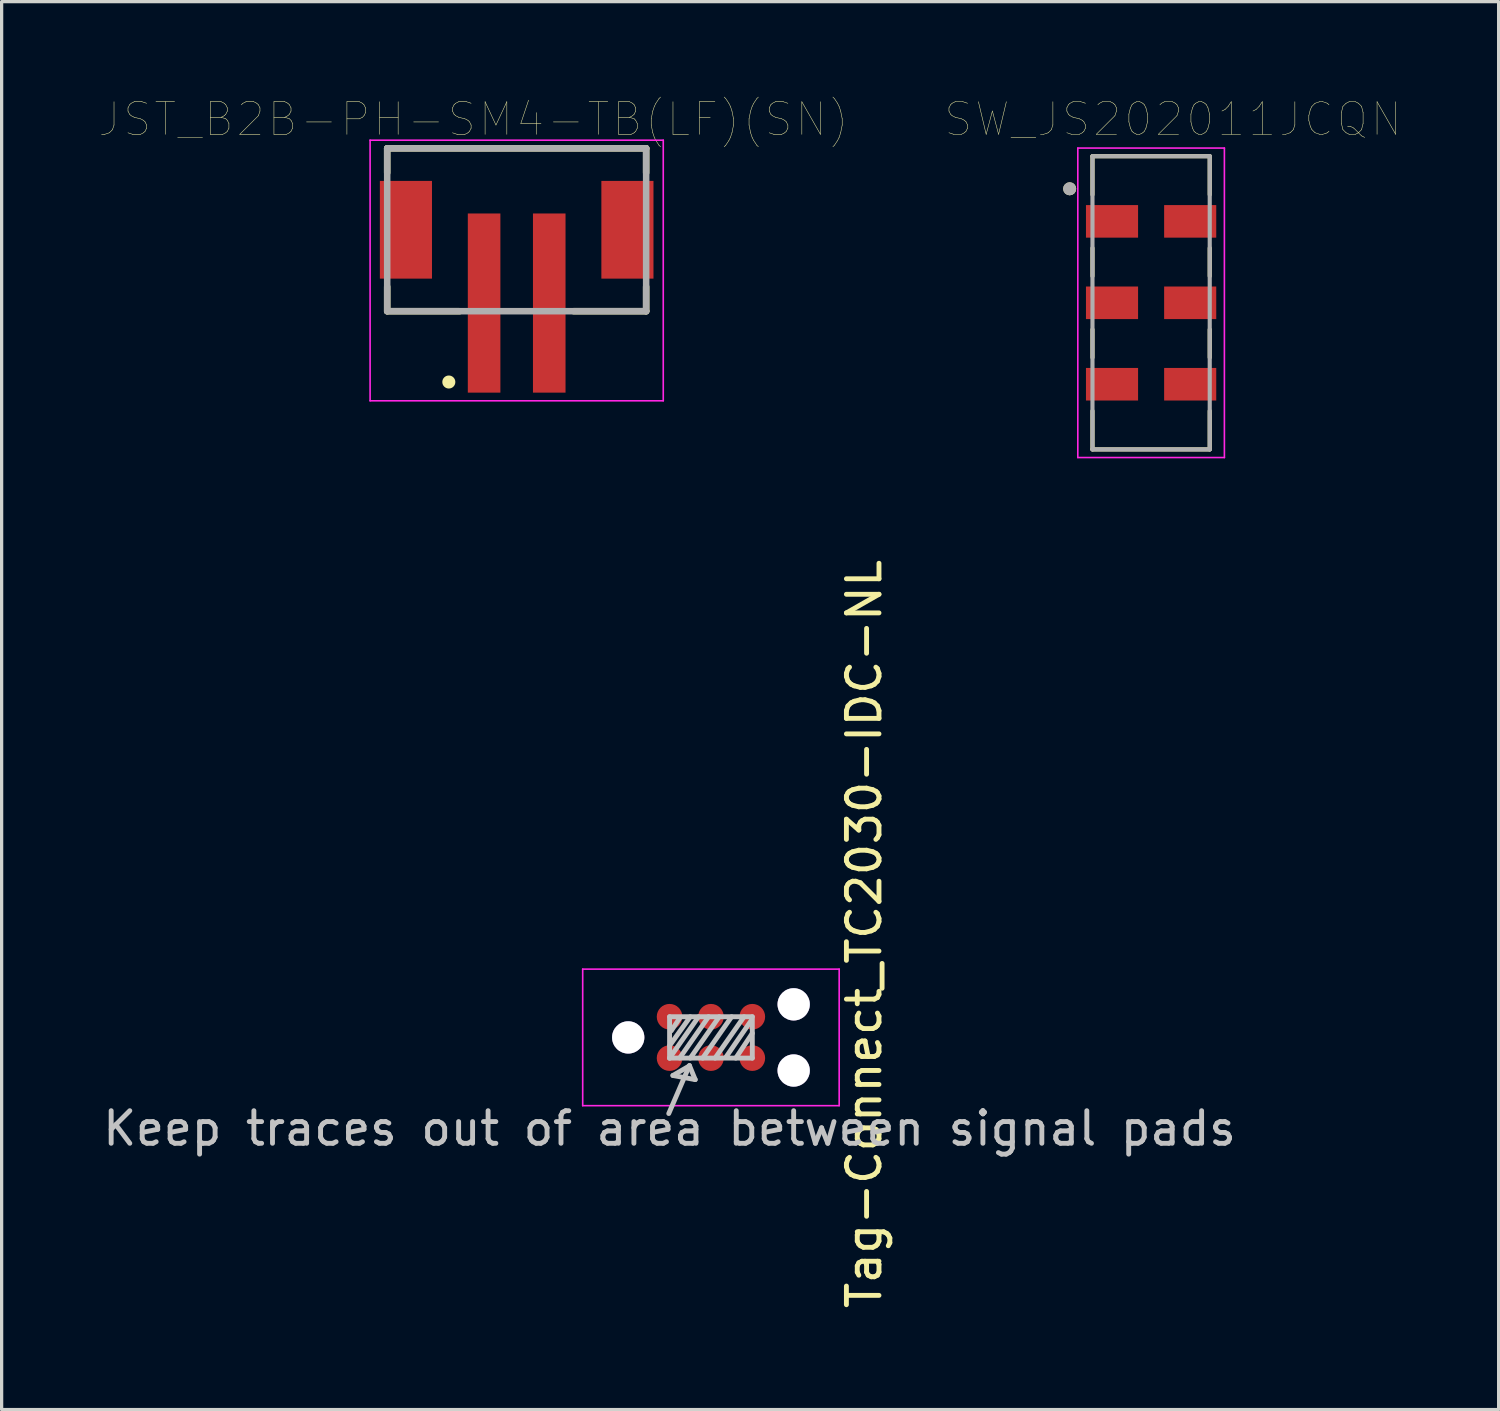
<source format=kicad_pcb>
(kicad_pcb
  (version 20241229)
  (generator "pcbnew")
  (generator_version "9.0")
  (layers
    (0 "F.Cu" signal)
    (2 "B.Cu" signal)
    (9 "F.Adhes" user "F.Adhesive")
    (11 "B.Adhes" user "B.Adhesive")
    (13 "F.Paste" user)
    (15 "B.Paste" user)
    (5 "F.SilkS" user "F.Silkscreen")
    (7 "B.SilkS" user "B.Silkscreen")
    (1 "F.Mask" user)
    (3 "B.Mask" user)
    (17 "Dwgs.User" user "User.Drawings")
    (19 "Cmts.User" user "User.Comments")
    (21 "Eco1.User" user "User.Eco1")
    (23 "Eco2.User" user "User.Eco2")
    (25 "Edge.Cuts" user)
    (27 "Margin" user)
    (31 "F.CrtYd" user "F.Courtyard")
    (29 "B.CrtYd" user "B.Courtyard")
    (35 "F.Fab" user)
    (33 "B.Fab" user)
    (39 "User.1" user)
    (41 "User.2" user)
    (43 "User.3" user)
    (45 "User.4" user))
  (footprint "SW_JS202011JCQN"
    (layer "F.Cu")
    (at 32.289 6.246)
    (property "Reference" "SW_JS202011JCQN" (at 0.675 -5.635 0) (layer "F.SilkS") (effects (font (size 1 1) (thickness 0.015))))
    (attr through_hole)
    (fp_line (start -1.8 -4.5) (end 1.8 -4.5) (stroke (width 0.127) (type solid)) (layer "F.SilkS"))
    (fp_line (start -1.8 -3.32) (end -1.8 -4.5) (stroke (width 0.127) (type solid)) (layer "F.SilkS"))
    (fp_line (start -1.8 -0.82) (end -1.8 -1.68) (stroke (width 0.127) (type solid)) (layer "F.SilkS"))
    (fp_line (start -1.8 1.68) (end -1.8 0.82) (stroke (width 0.127) (type solid)) (layer "F.SilkS"))
    (fp_line (start -1.8 4.5) (end -1.8 3.32) (stroke (width 0.127) (type solid)) (layer "F.SilkS"))
    (fp_line (start 1.8 -4.5) (end 1.8 -3.32) (stroke (width 0.127) (type solid)) (layer "F.SilkS"))
    (fp_line (start 1.8 -1.68) (end 1.8 -0.82) (stroke (width 0.127) (type solid)) (layer "F.SilkS"))
    (fp_line (start 1.8 0.82) (end 1.8 1.68) (stroke (width 0.127) (type solid)) (layer "F.SilkS"))
    (fp_line (start 1.8 3.32) (end 1.8 4.5) (stroke (width 0.127) (type solid)) (layer "F.SilkS"))
    (fp_line (start 1.8 4.5) (end -1.8 4.5) (stroke (width 0.127) (type solid)) (layer "F.SilkS"))
    (fp_circle (center -2.5 -3.5) (end -2.4 -3.5) (stroke (width 0.2) (type solid)) (fill no) (layer "F.SilkS"))
    (fp_line (start -2.25 -4.75) (end 2.25 -4.75) (stroke (width 0.05) (type solid)) (layer "F.CrtYd"))
    (fp_line (start -2.25 4.75) (end -2.25 -4.75) (stroke (width 0.05) (type solid)) (layer "F.CrtYd"))
    (fp_line (start 2.25 -4.75) (end 2.25 4.75) (stroke (width 0.05) (type solid)) (layer "F.CrtYd"))
    (fp_line (start 2.25 4.75) (end -2.25 4.75) (stroke (width 0.05) (type solid)) (layer "F.CrtYd"))
    (fp_line (start -1.8 -4.5) (end 1.8 -4.5) (stroke (width 0.127) (type solid)) (layer "F.Fab"))
    (fp_line (start -1.8 4.5) (end -1.8 -4.5) (stroke (width 0.127) (type solid)) (layer "F.Fab"))
    (fp_line (start 1.8 -4.5) (end 1.8 4.5) (stroke (width 0.127) (type solid)) (layer "F.Fab"))
    (fp_line (start 1.8 4.5) (end -1.8 4.5) (stroke (width 0.127) (type solid)) (layer "F.Fab"))
    (fp_circle (center -2.5 -3.5) (end -2.4 -3.5) (stroke (width 0.2) (type solid)) (fill no) (layer "F.Fab"))
    (pad "1" smd rect (at -1.2 -2.5) (size 1.6 1) (layers "F.Cu" "F.Mask" "F.Paste"))
    (pad "2" smd rect (at -1.2 0) (size 1.6 1) (layers "F.Cu" "F.Mask" "F.Paste"))
    (pad "3" smd rect (at -1.2 2.5) (size 1.6 1) (layers "F.Cu" "F.Mask" "F.Paste"))
    (pad "5" smd rect (at 1.2 -2.5) (size 1.6 1) (layers "F.Cu" "F.Mask" "F.Paste"))
    (pad "6" smd rect (at 1.2 0) (size 1.6 1) (layers "F.Cu" "F.Mask" "F.Paste"))
    (pad "7" smd rect (at 1.2 2.5) (size 1.6 1) (layers "F.Cu" "F.Mask" "F.Paste")))
  (footprint "Tag-Connect_TC2030-IDC-NL"
    (layer "F.Cu")
    (at 17.506 29.434)
    (property "Reference" "Tag-Connect_TC2030-IDC-NL" (at 5.974 -3.811 90) (layer "F.SilkS") (effects (font (size 1 1) (thickness 0.15))))
    (attr through_hole)
    (fp_line (start -0.025 1.702) (end 0.61 0.229) (stroke (width 0.15) (type solid)) (layer "Dwgs.User"))
    (fp_line (start 0 -1.27) (end 2.54 -1.27) (stroke (width 0.15) (type solid)) (layer "Dwgs.User"))
    (fp_line (start 0 -0.381) (end 0.635 -1.27) (stroke (width 0.15) (type solid)) (layer "Dwgs.User"))
    (fp_line (start 0 0) (end 0 -1.27) (stroke (width 0.15) (type solid)) (layer "Dwgs.User"))
    (fp_line (start 0 0) (end 0.889 -1.27) (stroke (width 0.15) (type solid)) (layer "Dwgs.User"))
    (fp_line (start 0.051 -0.838) (end 0.305 -1.219) (stroke (width 0.15) (type solid)) (layer "Dwgs.User"))
    (fp_line (start 0.102 0.533) (end 0.584 0.254) (stroke (width 0.15) (type solid)) (layer "Dwgs.User"))
    (fp_line (start 0.61 0.229) (end 0.787 0.66) (stroke (width 0.15) (type solid)) (layer "Dwgs.User"))
    (fp_line (start 0.635 -0.000001) (end 1.524 -1.27) (stroke (width 0.15) (type solid)) (layer "Dwgs.User"))
    (fp_line (start 0.787 0.66) (end 0.102 0.533) (stroke (width 0.15) (type solid)) (layer "Dwgs.User"))
    (fp_line (start 1.016 0.000001) (end 1.905 -1.27) (stroke (width 0.15) (type solid)) (layer "Dwgs.User"))
    (fp_line (start 1.199 -1.273) (end 0.31 -0.003) (stroke (width 0.15) (type solid)) (layer "Dwgs.User"))
    (fp_line (start 1.397 0) (end 2.286 -1.27) (stroke (width 0.15) (type solid)) (layer "Dwgs.User"))
    (fp_line (start 1.727 -0.025) (end 2.515 -1.168) (stroke (width 0.15) (type solid)) (layer "Dwgs.User"))
    (fp_line (start 2.032 0) (end 2.54 -0.762) (stroke (width 0.15) (type solid)) (layer "Dwgs.User"))
    (fp_line (start 2.54 -1.27) (end 2.54 0) (stroke (width 0.15) (type solid)) (layer "Dwgs.User"))
    (fp_line (start 2.54 0) (end 0 0) (stroke (width 0.15) (type solid)) (layer "Dwgs.User"))
    (fp_line (start -2.667 -2.731) (end 5.207 -2.731) (stroke (width 0.05) (type solid)) (layer "F.CrtYd"))
    (fp_line (start -2.667 1.46) (end -2.667 -2.731) (stroke (width 0.05) (type solid)) (layer "F.CrtYd"))
    (fp_line (start -2.667 1.46) (end 5.207 1.46) (stroke (width 0.05) (type solid)) (layer "F.CrtYd"))
    (fp_line (start 5.207 -2.731) (end 5.207 1.46) (stroke (width 0.05) (type solid)) (layer "F.CrtYd"))
    (fp_text user "Keep traces out of area between signal pads" (at 0 2.16 0) (layer "Dwgs.User") (effects (font (size 1 1) (thickness 0.15))))
    (pad "" thru_hole circle (at -1.27 -0.635) (size 0.991 0.991) (drill 0.991) (layers "*.Cu" "*.Mask"))
    (pad "" thru_hole circle (at 3.81 -1.651) (size 0.991 0.991) (drill 0.991) (layers "*.Cu" "*.Mask"))
    (pad "" thru_hole circle (at 3.81 0.381) (size 0.991 0.991) (drill 0.991) (layers "*.Cu" "*.Mask"))
    (pad "1" smd circle (at 0 0) (size 0.787 0.787) (layers "F.Cu" "F.Mask"))
    (pad "2" smd circle (at 0 -1.27) (size 0.787 0.787) (layers "F.Cu" "F.Mask"))
    (pad "3" smd circle (at 1.27 0) (size 0.787 0.787) (layers "F.Cu" "F.Mask"))
    (pad "4" smd circle (at 1.27 -1.27) (size 0.787 0.787) (layers "F.Cu" "F.Mask"))
    (pad "5" smd circle (at 2.54 0) (size 0.787 0.787) (layers "F.Cu" "F.Mask"))
    (pad "6" smd circle (at 2.54 -1.27) (size 0.787 0.787) (layers "F.Cu" "F.Mask")))
  (footprint "JST_B2B-PH-SM4-TB(LF)(SN)"
    (layer "F.Cu")
    (at 12.812 6.254)
    (property "Reference" "JST_B2B-PH-SM4-TB(LF)(SN)" (at -1.327 -5.642 0) (layer "F.SilkS") (effects (font (size 1.001 1.001) (thickness 0.015))))
    (attr through_hole)
    (fp_line (start -3.975 -4.75) (end -3.975 -4) (stroke (width 0.2) (type solid)) (layer "F.SilkS"))
    (fp_line (start -3.975 -4.75) (end 3.975 -4.75) (stroke (width 0.2) (type solid)) (layer "F.SilkS"))
    (fp_line (start -3.975 -0.5) (end -3.975 0.25) (stroke (width 0.2) (type solid)) (layer "F.SilkS"))
    (fp_line (start -3.975 0.25) (end -1.75 0.25) (stroke (width 0.2) (type solid)) (layer "F.SilkS"))
    (fp_line (start 1.75 0.25) (end 3.975 0.25) (stroke (width 0.2) (type solid)) (layer "F.SilkS"))
    (fp_line (start 3.975 -4.75) (end 3.975 -4) (stroke (width 0.2) (type solid)) (layer "F.SilkS"))
    (fp_line (start 3.975 0.25) (end 3.975 -0.5) (stroke (width 0.2) (type solid)) (layer "F.SilkS"))
    (fp_circle (center -2.083 2.424) (end -1.883 2.424) (stroke (width 0) (type solid)) (fill yes) (layer "F.SilkS"))
    (fp_line (start -4.5 -5) (end 4.5 -5) (stroke (width 0.05) (type solid)) (layer "F.CrtYd"))
    (fp_line (start -4.5 3) (end -4.5 -5) (stroke (width 0.05) (type solid)) (layer "F.CrtYd"))
    (fp_line (start 4.5 -5) (end 4.5 3) (stroke (width 0.05) (type solid)) (layer "F.CrtYd"))
    (fp_line (start 4.5 3) (end -4.5 3) (stroke (width 0.05) (type solid)) (layer "F.CrtYd"))
    (fp_line (start -3.975 -4.75) (end 3.975 -4.75) (stroke (width 0.2) (type solid)) (layer "F.Fab"))
    (fp_line (start -3.975 0.25) (end -3.975 -4.75) (stroke (width 0.2) (type solid)) (layer "F.Fab"))
    (fp_line (start 3.975 -4.75) (end 3.975 0.25) (stroke (width 0.2) (type solid)) (layer "F.Fab"))
    (fp_line (start 3.975 0.25) (end -3.975 0.25) (stroke (width 0.2) (type solid)) (layer "F.Fab"))
    (pad "1" smd rect (at -1 0) (size 1 5.5) (layers "F.Cu" "F.Mask" "F.Paste"))
    (pad "2" smd rect (at 1 0) (size 1 5.5) (layers "F.Cu" "F.Mask" "F.Paste"))
    (pad "3" smd rect (at -3.4 -2.25) (size 1.6 3) (layers "F.Cu" "F.Mask" "F.Paste"))
    (pad "4" smd rect (at 3.4 -2.25) (size 1.6 3) (layers "F.Cu" "F.Mask" "F.Paste")))
  (gr_rect
    (start -3 -3)
    (end 42.958 40.224)
    (stroke (width 0.1) (type default))
    (fill no)
    (layer "Edge.Cuts")))
</source>
